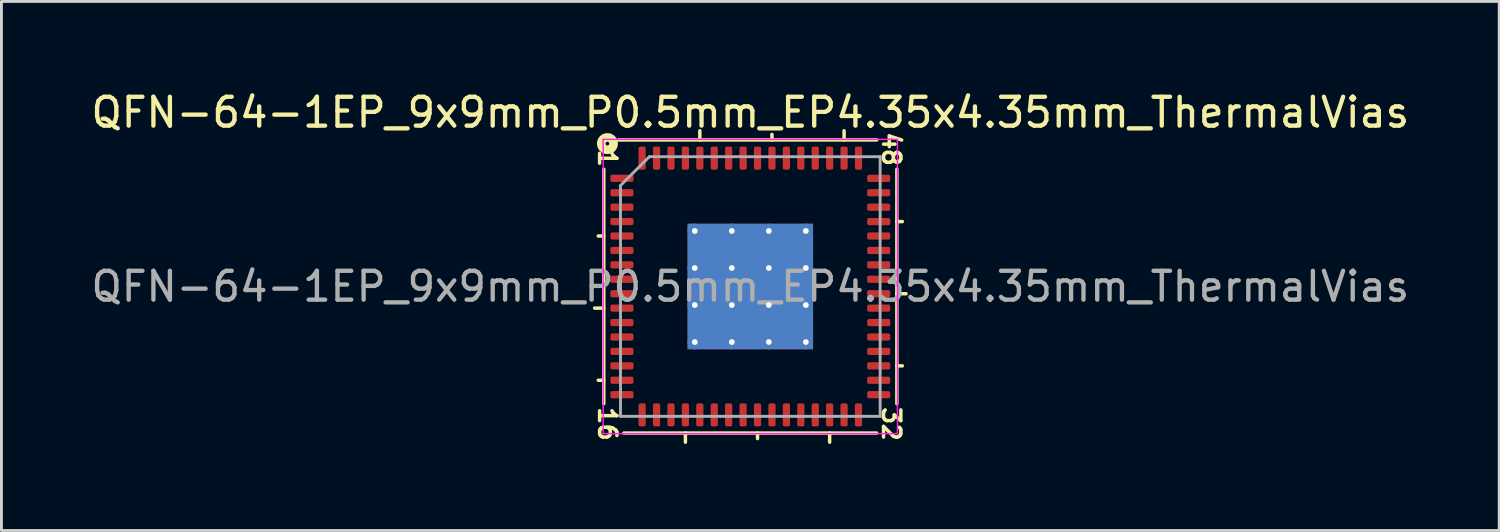
<source format=kicad_pcb>
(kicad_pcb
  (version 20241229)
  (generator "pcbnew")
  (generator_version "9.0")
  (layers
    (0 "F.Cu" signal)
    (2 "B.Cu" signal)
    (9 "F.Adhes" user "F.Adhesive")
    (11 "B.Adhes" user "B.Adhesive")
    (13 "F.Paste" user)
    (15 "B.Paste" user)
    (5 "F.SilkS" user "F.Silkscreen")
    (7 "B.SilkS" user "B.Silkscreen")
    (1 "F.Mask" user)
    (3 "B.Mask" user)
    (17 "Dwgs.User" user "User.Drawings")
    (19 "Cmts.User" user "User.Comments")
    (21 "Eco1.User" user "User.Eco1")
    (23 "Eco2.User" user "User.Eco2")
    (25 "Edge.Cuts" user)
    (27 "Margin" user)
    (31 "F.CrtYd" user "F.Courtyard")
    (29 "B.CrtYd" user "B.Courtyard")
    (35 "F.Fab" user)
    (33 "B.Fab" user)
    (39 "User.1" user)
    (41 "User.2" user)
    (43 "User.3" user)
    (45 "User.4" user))
  (footprint "QFN-64-1EP_9x9mm_P0.5mm_EP4.35x4.35mm_ThermalVias"
    (layer "F.Cu")
    (at 22.958 6.881)
    (property "Reference" "QFN-64-1EP_9x9mm_P0.5mm_EP4.35x4.35mm_ThermalVias" (at 0 -6.032 0) (layer "F.SilkS") (effects (font (size 1 1) (thickness 0.15))))
    (attr smd)
    (fp_line (start -5.08 -4.064) (end -5.08 4.064) (stroke (width 0.12) (type solid)) (layer "F.SilkS"))
    (fp_line (start -5.08 -1.75) (end -5.271 -1.75) (stroke (width 0.12) (type solid)) (layer "F.SilkS"))
    (fp_line (start -5.08 0.75) (end -5.397 0.75) (stroke (width 0.12) (type solid)) (layer "F.SilkS"))
    (fp_line (start -5.08 3.25) (end -5.271 3.25) (stroke (width 0.12) (type solid)) (layer "F.SilkS"))
    (fp_line (start -4.381 5.08) (end 4.381 5.08) (stroke (width 0.12) (type solid)) (layer "F.SilkS"))
    (fp_line (start -2.25 5.08) (end -2.25 5.397) (stroke (width 0.12) (type solid)) (layer "F.SilkS"))
    (fp_line (start -1.75 -5.08) (end -1.75 -5.397) (stroke (width 0.12) (type solid)) (layer "F.SilkS"))
    (fp_line (start 0.25 5.08) (end 0.25 5.271) (stroke (width 0.12) (type solid)) (layer "F.SilkS"))
    (fp_line (start 0.75 -5.08) (end 0.75 -5.271) (stroke (width 0.12) (type solid)) (layer "F.SilkS"))
    (fp_line (start 2.75 5.08) (end 2.75 5.397) (stroke (width 0.12) (type solid)) (layer "F.SilkS"))
    (fp_line (start 3.25 -5.08) (end 3.25 -5.397) (stroke (width 0.12) (type solid)) (layer "F.SilkS"))
    (fp_line (start 4.381 -5.08) (end -4.572 -5.08) (stroke (width 0.12) (type solid)) (layer "F.SilkS"))
    (fp_line (start 5.08 -2.25) (end 5.271 -2.25) (stroke (width 0.12) (type solid)) (layer "F.SilkS"))
    (fp_line (start 5.08 0.25) (end 5.397 0.25) (stroke (width 0.12) (type solid)) (layer "F.SilkS"))
    (fp_line (start 5.08 2.75) (end 5.271 2.75) (stroke (width 0.12) (type solid)) (layer "F.SilkS"))
    (fp_line (start 5.08 4.064) (end 5.08 -4.064) (stroke (width 0.12) (type solid)) (layer "F.SilkS"))
    (fp_circle (center -4.953 -4.953) (end -4.889 -4.953) (stroke (width 0.3) (type solid)) (fill no) (layer "F.SilkS"))
    (fp_line (start -5.1 -5.1) (end -5.1 5.1) (stroke (width 0.05) (type solid)) (layer "F.CrtYd"))
    (fp_line (start -5.1 5.1) (end 5.1 5.1) (stroke (width 0.05) (type solid)) (layer "F.CrtYd"))
    (fp_line (start 5.1 -5.1) (end -5.1 -5.1) (stroke (width 0.05) (type solid)) (layer "F.CrtYd"))
    (fp_line (start 5.1 5.1) (end 5.1 -5.1) (stroke (width 0.05) (type solid)) (layer "F.CrtYd"))
    (fp_line (start -4.5 -3.5) (end -3.5 -4.5) (stroke (width 0.1) (type solid)) (layer "F.Fab"))
    (fp_line (start -4.5 4.5) (end -4.5 -3.5) (stroke (width 0.1) (type solid)) (layer "F.Fab"))
    (fp_line (start -3.5 -4.5) (end 4.5 -4.5) (stroke (width 0.1) (type solid)) (layer "F.Fab"))
    (fp_line (start 4.5 -4.5) (end 4.5 4.5) (stroke (width 0.1) (type solid)) (layer "F.Fab"))
    (fp_line (start 4.5 4.5) (end -4.5 4.5) (stroke (width 0.1) (type solid)) (layer "F.Fab"))
    (fp_text user "32" (at 4.889 4.763 270) (unlocked yes) (layer "F.SilkS") (effects (font (size 0.6 0.6) (thickness 0.12))))
    (fp_text user "48" (at 4.889 -4.763 270) (unlocked yes) (layer "F.SilkS") (effects (font (size 0.6 0.6) (thickness 0.12))))
    (fp_text user "16" (at -4.953 4.763 270) (unlocked yes) (layer "F.SilkS") (effects (font (size 0.6 0.6) (thickness 0.12))))
    (fp_text user "1" (at -4.953 -4.445 270) (unlocked yes) (layer "F.SilkS") (effects (font (size 0.6 0.6) (thickness 0.12))))
    (fp_text user "${REFERENCE}" (at 0 0 0) (layer "F.Fab") (effects (font (size 1 1) (thickness 0.15))))
    (pad "" smd roundrect (at -1.283 -1.283) (size 1.123 1.123) (layers "F.Paste") (roundrect_rratio 0.223))
    (pad "" smd roundrect (at -1.283 0) (size 1.123 1.123) (layers "F.Paste") (roundrect_rratio 0.223))
    (pad "" smd roundrect (at -1.283 1.283) (size 1.123 1.123) (layers "F.Paste") (roundrect_rratio 0.223))
    (pad "" smd roundrect (at 0 -1.283) (size 1.123 1.123) (layers "F.Paste") (roundrect_rratio 0.223))
    (pad "" smd roundrect (at 0 0) (size 1.123 1.123) (layers "F.Paste") (roundrect_rratio 0.223))
    (pad "" smd roundrect (at 0 1.283) (size 1.123 1.123) (layers "F.Paste") (roundrect_rratio 0.223))
    (pad "" smd roundrect (at 1.283 -1.283) (size 1.123 1.123) (layers "F.Paste") (roundrect_rratio 0.223))
    (pad "" smd roundrect (at 1.283 0) (size 1.123 1.123) (layers "F.Paste") (roundrect_rratio 0.223))
    (pad "" smd roundrect (at 1.283 1.283) (size 1.123 1.123) (layers "F.Paste") (roundrect_rratio 0.223))
    (pad "1" smd roundrect (at -4.45 -3.75) (size 0.8 0.25) (layers "F.Cu" "F.Mask" "F.Paste") (roundrect_rratio 0.25))
    (pad "2" smd roundrect (at -4.45 -3.25) (size 0.8 0.25) (layers "F.Cu" "F.Mask" "F.Paste") (roundrect_rratio 0.25))
    (pad "3" smd roundrect (at -4.45 -2.75) (size 0.8 0.25) (layers "F.Cu" "F.Mask" "F.Paste") (roundrect_rratio 0.25))
    (pad "4" smd roundrect (at -4.45 -2.25) (size 0.8 0.25) (layers "F.Cu" "F.Mask" "F.Paste") (roundrect_rratio 0.25))
    (pad "5" smd roundrect (at -4.45 -1.75) (size 0.8 0.25) (layers "F.Cu" "F.Mask" "F.Paste") (roundrect_rratio 0.25))
    (pad "6" smd roundrect (at -4.45 -1.25) (size 0.8 0.25) (layers "F.Cu" "F.Mask" "F.Paste") (roundrect_rratio 0.25))
    (pad "7" smd roundrect (at -4.45 -0.75) (size 0.8 0.25) (layers "F.Cu" "F.Mask" "F.Paste") (roundrect_rratio 0.25))
    (pad "8" smd roundrect (at -4.45 -0.25) (size 0.8 0.25) (layers "F.Cu" "F.Mask" "F.Paste") (roundrect_rratio 0.25))
    (pad "9" smd roundrect (at -4.45 0.25) (size 0.8 0.25) (layers "F.Cu" "F.Mask" "F.Paste") (roundrect_rratio 0.25))
    (pad "10" smd roundrect (at -4.45 0.75) (size 0.8 0.25) (layers "F.Cu" "F.Mask" "F.Paste") (roundrect_rratio 0.25))
    (pad "11" smd roundrect (at -4.45 1.25) (size 0.8 0.25) (layers "F.Cu" "F.Mask" "F.Paste") (roundrect_rratio 0.25))
    (pad "12" smd roundrect (at -4.45 1.75) (size 0.8 0.25) (layers "F.Cu" "F.Mask" "F.Paste") (roundrect_rratio 0.25))
    (pad "13" smd roundrect (at -4.45 2.25) (size 0.8 0.25) (layers "F.Cu" "F.Mask" "F.Paste") (roundrect_rratio 0.25))
    (pad "14" smd roundrect (at -4.45 2.75) (size 0.8 0.25) (layers "F.Cu" "F.Mask" "F.Paste") (roundrect_rratio 0.25))
    (pad "15" smd roundrect (at -4.45 3.25) (size 0.8 0.25) (layers "F.Cu" "F.Mask" "F.Paste") (roundrect_rratio 0.25))
    (pad "16" smd roundrect (at -4.45 3.75) (size 0.8 0.25) (layers "F.Cu" "F.Mask" "F.Paste") (roundrect_rratio 0.25))
    (pad "17" smd roundrect (at -3.75 4.45) (size 0.25 0.8) (layers "F.Cu" "F.Mask" "F.Paste") (roundrect_rratio 0.25))
    (pad "18" smd roundrect (at -3.25 4.45) (size 0.25 0.8) (layers "F.Cu" "F.Mask" "F.Paste") (roundrect_rratio 0.25))
    (pad "19" smd roundrect (at -2.75 4.45) (size 0.25 0.8) (layers "F.Cu" "F.Mask" "F.Paste") (roundrect_rratio 0.25))
    (pad "20" smd roundrect (at -2.25 4.45) (size 0.25 0.8) (layers "F.Cu" "F.Mask" "F.Paste") (roundrect_rratio 0.25))
    (pad "21" smd roundrect (at -1.75 4.45) (size 0.25 0.8) (layers "F.Cu" "F.Mask" "F.Paste") (roundrect_rratio 0.25))
    (pad "22" smd roundrect (at -1.25 4.45) (size 0.25 0.8) (layers "F.Cu" "F.Mask" "F.Paste") (roundrect_rratio 0.25))
    (pad "23" smd roundrect (at -0.75 4.45) (size 0.25 0.8) (layers "F.Cu" "F.Mask" "F.Paste") (roundrect_rratio 0.25))
    (pad "24" smd roundrect (at -0.25 4.45) (size 0.25 0.8) (layers "F.Cu" "F.Mask" "F.Paste") (roundrect_rratio 0.25))
    (pad "25" smd roundrect (at 0.25 4.45) (size 0.25 0.8) (layers "F.Cu" "F.Mask" "F.Paste") (roundrect_rratio 0.25))
    (pad "26" smd roundrect (at 0.75 4.45) (size 0.25 0.8) (layers "F.Cu" "F.Mask" "F.Paste") (roundrect_rratio 0.25))
    (pad "27" smd roundrect (at 1.25 4.45) (size 0.25 0.8) (layers "F.Cu" "F.Mask" "F.Paste") (roundrect_rratio 0.25))
    (pad "28" smd roundrect (at 1.75 4.45) (size 0.25 0.8) (layers "F.Cu" "F.Mask" "F.Paste") (roundrect_rratio 0.25))
    (pad "29" smd roundrect (at 2.25 4.45) (size 0.25 0.8) (layers "F.Cu" "F.Mask" "F.Paste") (roundrect_rratio 0.25))
    (pad "30" smd roundrect (at 2.75 4.45) (size 0.25 0.8) (layers "F.Cu" "F.Mask" "F.Paste") (roundrect_rratio 0.25))
    (pad "31" smd roundrect (at 3.25 4.45) (size 0.25 0.8) (layers "F.Cu" "F.Mask" "F.Paste") (roundrect_rratio 0.25))
    (pad "32" smd roundrect (at 3.75 4.45) (size 0.25 0.8) (layers "F.Cu" "F.Mask" "F.Paste") (roundrect_rratio 0.25))
    (pad "33" smd roundrect (at 4.45 3.75) (size 0.8 0.25) (layers "F.Cu" "F.Mask" "F.Paste") (roundrect_rratio 0.25))
    (pad "34" smd roundrect (at 4.45 3.25) (size 0.8 0.25) (layers "F.Cu" "F.Mask" "F.Paste") (roundrect_rratio 0.25))
    (pad "35" smd roundrect (at 4.45 2.75) (size 0.8 0.25) (layers "F.Cu" "F.Mask" "F.Paste") (roundrect_rratio 0.25))
    (pad "36" smd roundrect (at 4.45 2.25) (size 0.8 0.25) (layers "F.Cu" "F.Mask" "F.Paste") (roundrect_rratio 0.25))
    (pad "37" smd roundrect (at 4.45 1.75) (size 0.8 0.25) (layers "F.Cu" "F.Mask" "F.Paste") (roundrect_rratio 0.25))
    (pad "38" smd roundrect (at 4.45 1.25) (size 0.8 0.25) (layers "F.Cu" "F.Mask" "F.Paste") (roundrect_rratio 0.25))
    (pad "39" smd roundrect (at 4.45 0.75) (size 0.8 0.25) (layers "F.Cu" "F.Mask" "F.Paste") (roundrect_rratio 0.25))
    (pad "40" smd roundrect (at 4.45 0.25) (size 0.8 0.25) (layers "F.Cu" "F.Mask" "F.Paste") (roundrect_rratio 0.25))
    (pad "41" smd roundrect (at 4.45 -0.25) (size 0.8 0.25) (layers "F.Cu" "F.Mask" "F.Paste") (roundrect_rratio 0.25))
    (pad "42" smd roundrect (at 4.45 -0.75) (size 0.8 0.25) (layers "F.Cu" "F.Mask" "F.Paste") (roundrect_rratio 0.25))
    (pad "43" smd roundrect (at 4.45 -1.25) (size 0.8 0.25) (layers "F.Cu" "F.Mask" "F.Paste") (roundrect_rratio 0.25))
    (pad "44" smd roundrect (at 4.45 -1.75) (size 0.8 0.25) (layers "F.Cu" "F.Mask" "F.Paste") (roundrect_rratio 0.25))
    (pad "45" smd roundrect (at 4.45 -2.25) (size 0.8 0.25) (layers "F.Cu" "F.Mask" "F.Paste") (roundrect_rratio 0.25))
    (pad "46" smd roundrect (at 4.45 -2.75) (size 0.8 0.25) (layers "F.Cu" "F.Mask" "F.Paste") (roundrect_rratio 0.25))
    (pad "47" smd roundrect (at 4.45 -3.25) (size 0.8 0.25) (layers "F.Cu" "F.Mask" "F.Paste") (roundrect_rratio 0.25))
    (pad "48" smd roundrect (at 4.45 -3.75) (size 0.8 0.25) (layers "F.Cu" "F.Mask" "F.Paste") (roundrect_rratio 0.25))
    (pad "49" smd roundrect (at 3.75 -4.45) (size 0.25 0.8) (layers "F.Cu" "F.Mask" "F.Paste") (roundrect_rratio 0.25))
    (pad "50" smd roundrect (at 3.25 -4.45) (size 0.25 0.8) (layers "F.Cu" "F.Mask" "F.Paste") (roundrect_rratio 0.25))
    (pad "51" smd roundrect (at 2.75 -4.45) (size 0.25 0.8) (layers "F.Cu" "F.Mask" "F.Paste") (roundrect_rratio 0.25))
    (pad "52" smd roundrect (at 2.25 -4.45) (size 0.25 0.8) (layers "F.Cu" "F.Mask" "F.Paste") (roundrect_rratio 0.25))
    (pad "53" smd roundrect (at 1.75 -4.45) (size 0.25 0.8) (layers "F.Cu" "F.Mask" "F.Paste") (roundrect_rratio 0.25))
    (pad "54" smd roundrect (at 1.25 -4.45) (size 0.25 0.8) (layers "F.Cu" "F.Mask" "F.Paste") (roundrect_rratio 0.25))
    (pad "55" smd roundrect (at 0.75 -4.45) (size 0.25 0.8) (layers "F.Cu" "F.Mask" "F.Paste") (roundrect_rratio 0.25))
    (pad "56" smd roundrect (at 0.25 -4.45) (size 0.25 0.8) (layers "F.Cu" "F.Mask" "F.Paste") (roundrect_rratio 0.25))
    (pad "57" smd roundrect (at -0.25 -4.45) (size 0.25 0.8) (layers "F.Cu" "F.Mask" "F.Paste") (roundrect_rratio 0.25))
    (pad "58" smd roundrect (at -0.75 -4.45) (size 0.25 0.8) (layers "F.Cu" "F.Mask" "F.Paste") (roundrect_rratio 0.25))
    (pad "59" smd roundrect (at -1.25 -4.45) (size 0.25 0.8) (layers "F.Cu" "F.Mask" "F.Paste") (roundrect_rratio 0.25))
    (pad "60" smd roundrect (at -1.75 -4.45) (size 0.25 0.8) (layers "F.Cu" "F.Mask" "F.Paste") (roundrect_rratio 0.25))
    (pad "61" smd roundrect (at -2.25 -4.45) (size 0.25 0.8) (layers "F.Cu" "F.Mask" "F.Paste") (roundrect_rratio 0.25))
    (pad "62" smd roundrect (at -2.75 -4.45) (size 0.25 0.8) (layers "F.Cu" "F.Mask" "F.Paste") (roundrect_rratio 0.25))
    (pad "63" smd roundrect (at -3.25 -4.45) (size 0.25 0.8) (layers "F.Cu" "F.Mask" "F.Paste") (roundrect_rratio 0.25))
    (pad "64" smd roundrect (at -3.75 -4.45) (size 0.25 0.8) (layers "F.Cu" "F.Mask" "F.Paste") (roundrect_rratio 0.25))
    (pad "65" thru_hole circle (at -1.925 -1.925) (size 0.5 0.5) (drill 0.2) (layers "*.Cu"))
    (pad "65" thru_hole circle (at -1.925 -0.642) (size 0.5 0.5) (drill 0.2) (layers "*.Cu"))
    (pad "65" thru_hole circle (at -1.925 0.642) (size 0.5 0.5) (drill 0.2) (layers "*.Cu"))
    (pad "65" thru_hole circle (at -1.925 1.925) (size 0.5 0.5) (drill 0.2) (layers "*.Cu"))
    (pad "65" thru_hole circle (at -0.642 -1.925) (size 0.5 0.5) (drill 0.2) (layers "*.Cu"))
    (pad "65" thru_hole circle (at -0.642 -0.642) (size 0.5 0.5) (drill 0.2) (layers "*.Cu"))
    (pad "65" thru_hole circle (at -0.642 0.642) (size 0.5 0.5) (drill 0.2) (layers "*.Cu"))
    (pad "65" thru_hole circle (at -0.642 1.925) (size 0.5 0.5) (drill 0.2) (layers "*.Cu"))
    (pad "65" smd rect (at 0 0) (size 4.35 4.35) (layers "F.Cu" "F.Mask"))
    (pad "65" smd rect (at 0 0) (size 4.35 4.35) (layers "B.Cu" "B.Mask"))
    (pad "65" thru_hole circle (at 0.642 -1.925) (size 0.5 0.5) (drill 0.2) (layers "*.Cu"))
    (pad "65" thru_hole circle (at 0.642 -0.642) (size 0.5 0.5) (drill 0.2) (layers "*.Cu"))
    (pad "65" thru_hole circle (at 0.642 0.642) (size 0.5 0.5) (drill 0.2) (layers "*.Cu"))
    (pad "65" thru_hole circle (at 0.642 1.925) (size 0.5 0.5) (drill 0.2) (layers "*.Cu"))
    (pad "65" thru_hole circle (at 1.925 -1.925) (size 0.5 0.5) (drill 0.2) (layers "*.Cu"))
    (pad "65" thru_hole circle (at 1.925 -0.642) (size 0.5 0.5) (drill 0.2) (layers "*.Cu"))
    (pad "65" thru_hole circle (at 1.925 0.642) (size 0.5 0.5) (drill 0.2) (layers "*.Cu"))
    (pad "65" thru_hole circle (at 1.925 1.925) (size 0.5 0.5) (drill 0.2) (layers "*.Cu")))
  (gr_rect
    (start -3 -3)
    (end 48.917 15.338)
    (stroke (width 0.1) (type default))
    (fill no)
    (layer "Edge.Cuts")))
</source>
